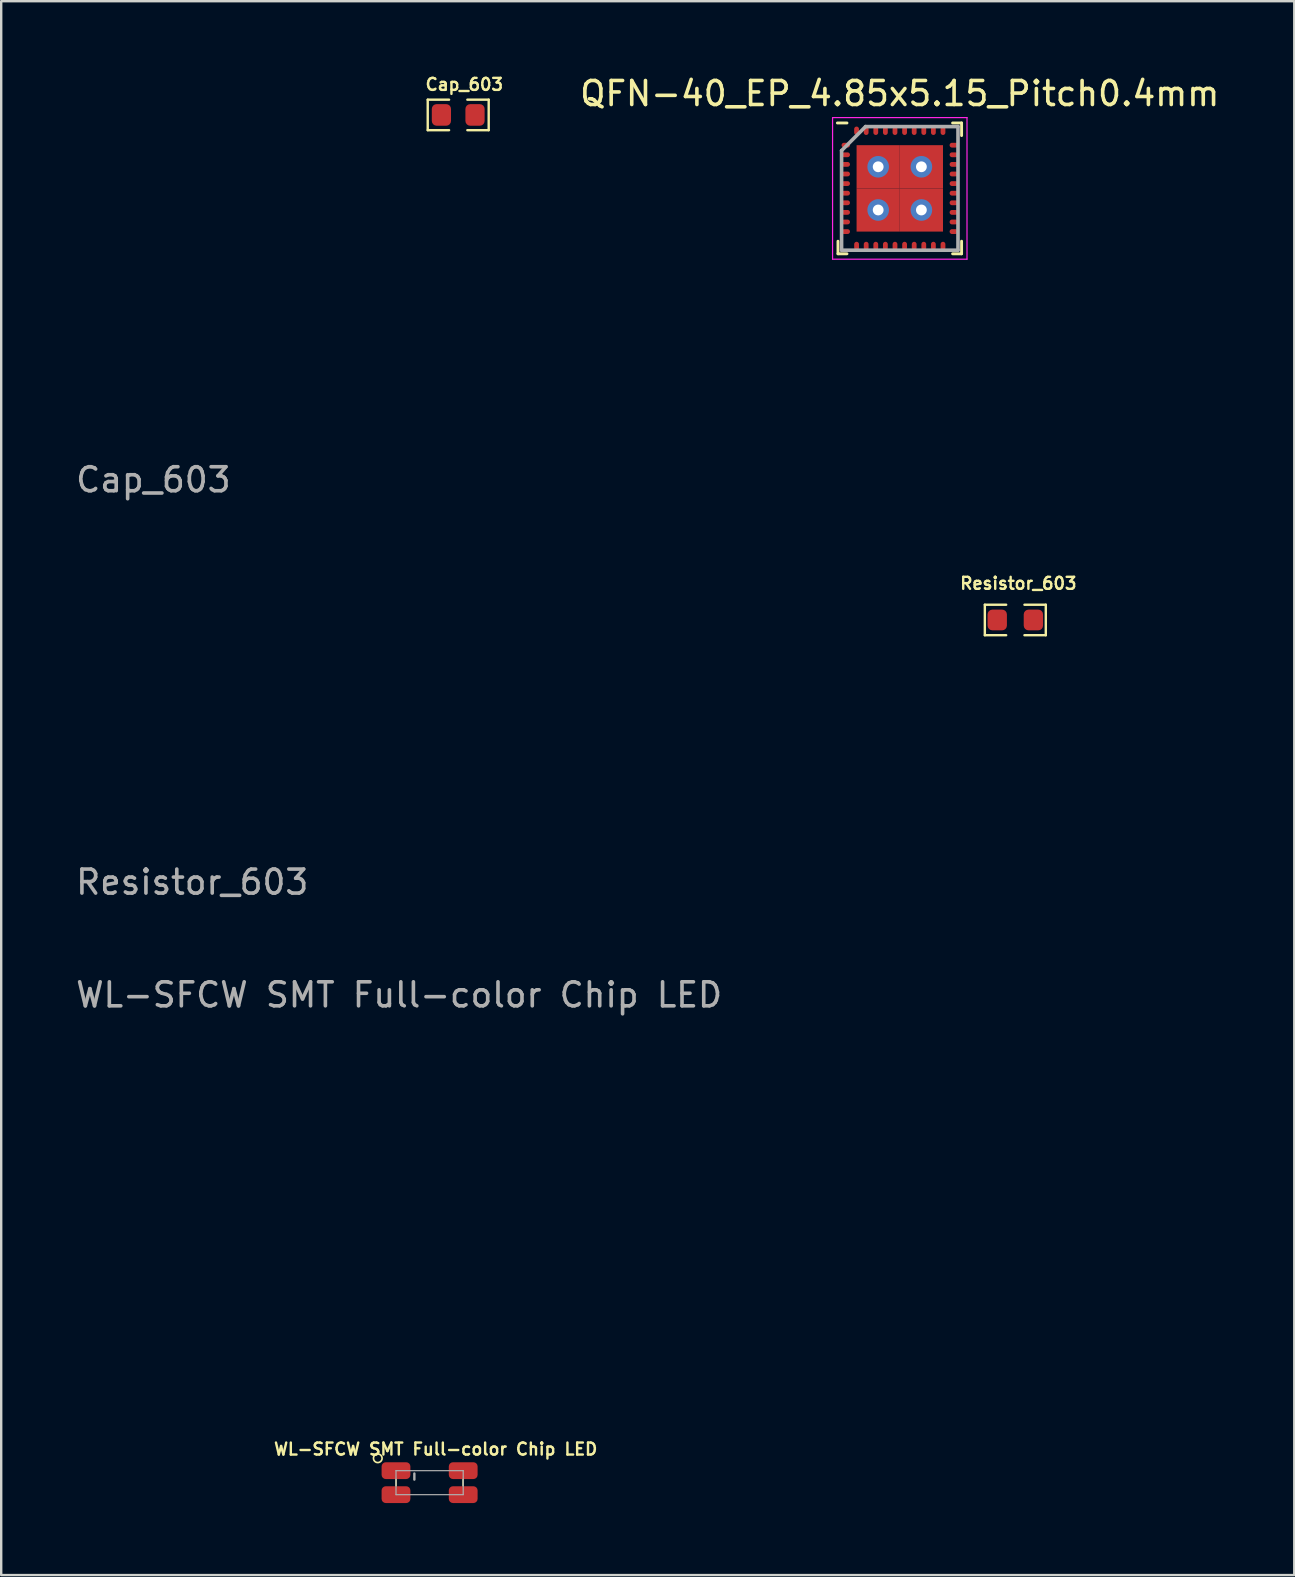
<source format=kicad_pcb>
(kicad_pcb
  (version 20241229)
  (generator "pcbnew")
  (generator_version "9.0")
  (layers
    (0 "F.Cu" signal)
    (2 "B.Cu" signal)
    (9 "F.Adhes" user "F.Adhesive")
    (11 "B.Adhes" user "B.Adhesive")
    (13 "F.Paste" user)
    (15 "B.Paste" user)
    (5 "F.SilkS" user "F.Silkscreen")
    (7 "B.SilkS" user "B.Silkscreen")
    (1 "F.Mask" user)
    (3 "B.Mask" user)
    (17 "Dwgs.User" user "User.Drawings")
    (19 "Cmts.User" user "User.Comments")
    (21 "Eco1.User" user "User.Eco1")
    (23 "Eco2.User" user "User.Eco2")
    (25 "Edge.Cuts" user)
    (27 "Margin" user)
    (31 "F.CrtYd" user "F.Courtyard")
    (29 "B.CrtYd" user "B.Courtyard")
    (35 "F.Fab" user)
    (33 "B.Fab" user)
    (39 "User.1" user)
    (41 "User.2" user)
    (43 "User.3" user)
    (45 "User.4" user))
  (footprint "WL-SFCW SMT Full-color Chip LED"
    (layer "F.Cu")
    (at 14.847 58.717)
    (property "Reference" "WL-SFCW SMT Full-color Chip LED" (at 0.254 -1.397 0) (unlocked yes) (layer "F.SilkS") (effects (font (size 0.5 0.5) (thickness 0.1))))
    (attr smd)
    (fp_line (start -1.397 0.127) (end -1.397 -0.127) (stroke (width 0.07) (type default)) (layer "F.SilkS"))
    (fp_line (start 1.397 0.127) (end 1.397 -0.127) (stroke (width 0.07) (type default)) (layer "F.SilkS"))
    (fp_circle (center -2.159 -1.016) (end -2.032 -0.889) (stroke (width 0.07) (type default)) (fill no) (layer "F.SilkS"))
    (fp_line (start -1.4 -0.5) (end -1.4 0.5) (stroke (width 0.05) (type default)) (layer "F.Fab"))
    (fp_line (start -0.635 -0.381) (end -0.635 -0.127) (stroke (width 0.1) (type default)) (layer "F.Fab"))
    (fp_line (start 1.4 -0.5) (end -1.4 -0.5) (stroke (width 0.05) (type default)) (layer "F.Fab"))
    (fp_line (start 1.4 0.5) (end -1.4 0.5) (stroke (width 0.05) (type default)) (layer "F.Fab"))
    (fp_line (start 1.4 0.5) (end 1.4 -0.5) (stroke (width 0.05) (type default)) (layer "F.Fab"))
    (fp_text user "${REFERENCE}" (at -1.27 -20.32 0) (unlocked yes) (layer "F.Fab") (effects (font (size 1 1) (thickness 0.15))))
    (pad "1" smd roundrect (at -1.4 -0.5) (size 1.2 0.7) (layers "F.Cu" "F.Mask" "F.Paste") (roundrect_rratio 0.25))
    (pad "2" smd roundrect (at 1.4 -0.5) (size 1.2 0.7) (layers "F.Cu" "F.Mask" "F.Paste") (roundrect_rratio 0.25))
    (pad "3" smd roundrect (at 1.4 0.5) (size 1.2 0.7) (layers "F.Cu" "F.Mask" "F.Paste") (roundrect_rratio 0.25))
    (pad "4" smd roundrect (at -1.4 0.5) (size 1.2 0.7) (layers "F.Cu" "F.Mask" "F.Paste") (roundrect_rratio 0.25)))
  (footprint "Cap_603"
    (layer "F.Cu")
    (at 16.039 1.738)
    (property "Reference" "Cap_603" (at 0.254 -1.27 0) (unlocked yes) (layer "F.SilkS") (effects (font (size 0.5 0.5) (thickness 0.1) (bold yes))))
    (attr smd)
    (fp_line (start -1.27 -0.635) (end -1.27 0.635) (stroke (width 0.1) (type default)) (layer "F.SilkS"))
    (fp_line (start -1.27 0.635) (end -0.381 0.635) (stroke (width 0.1) (type default)) (layer "F.SilkS"))
    (fp_line (start -0.381 -0.635) (end -1.27 -0.635) (stroke (width 0.1) (type default)) (layer "F.SilkS"))
    (fp_line (start 0.381 -0.635) (end 1.27 -0.635) (stroke (width 0.1) (type default)) (layer "F.SilkS"))
    (fp_line (start 0.381 0.635) (end 1.27 0.635) (stroke (width 0.1) (type default)) (layer "F.SilkS"))
    (fp_line (start 1.27 -0.635) (end 1.27 0.635) (stroke (width 0.1) (type default)) (layer "F.SilkS"))
    (fp_text user "${REFERENCE}" (at -12.7 15.2 0) (unlocked yes) (layer "F.Fab") (effects (font (size 1 1) (thickness 0.15))))
    (pad "1" smd roundrect (at -0.7 0) (size 0.8 0.9) (layers "F.Cu" "F.Mask" "F.Paste") (roundrect_rratio 0.25))
    (pad "2" smd roundrect (at 0.7 0) (size 0.8 0.9) (layers "F.Cu" "F.Mask" "F.Paste") (roundrect_rratio 0.25)))
  (footprint "Resistor_603"
    (layer "F.Cu")
    (at 39.248 22.778)
    (property "Reference" "Resistor_603" (at 0.127 -1.524 0) (unlocked yes) (layer "F.SilkS") (effects (font (size 0.5 0.5) (thickness 0.1) (bold yes))))
    (attr smd)
    (fp_line (start -1.27 -0.635) (end -1.27 0.635) (stroke (width 0.1) (type default)) (layer "F.SilkS"))
    (fp_line (start -1.27 0.635) (end -0.381 0.635) (stroke (width 0.1) (type default)) (layer "F.SilkS"))
    (fp_line (start -0.381 -0.635) (end -1.27 -0.635) (stroke (width 0.1) (type default)) (layer "F.SilkS"))
    (fp_line (start 0.381 -0.635) (end 1.27 -0.635) (stroke (width 0.1) (type default)) (layer "F.SilkS"))
    (fp_line (start 1.27 -0.635) (end 1.27 0.635) (stroke (width 0.1) (type default)) (layer "F.SilkS"))
    (fp_line (start 1.27 0.635) (end 0.381 0.635) (stroke (width 0.1) (type default)) (layer "F.SilkS"))
    (fp_text user "${REFERENCE}" (at -34.29 10.922 0) (unlocked yes) (layer "F.Fab") (effects (font (size 1 1) (thickness 0.15))))
    (pad "1" smd roundrect (at -0.753 0) (size 0.806 0.864) (layers "F.Cu" "F.Mask" "F.Paste") (roundrect_rratio 0.25))
    (pad "2" smd roundrect (at 0.753 0) (size 0.806 0.864) (layers "F.Cu" "F.Mask" "F.Paste") (roundrect_rratio 0.25)))
  (footprint "QFN-40_EP_4.85x5.15_Pitch0.4mm"
    (layer "F.Cu")
    (at 34.435 4.798)
    (property "Reference" "QFN-40_EP_4.85x5.15_Pitch0.4mm" (at 0 -3.95 0) (layer "F.SilkS") (effects (font (size 1 1) (thickness 0.15))))
    (attr through_hole)
    (fp_line (start -2.575 2.725) (end -2.575 2.2) (stroke (width 0.12) (type default)) (layer "F.SilkS"))
    (fp_line (start -2.2 -2.725) (end -2.6 -2.725) (stroke (width 0.12) (type default)) (layer "F.SilkS"))
    (fp_line (start -2.2 2.725) (end -2.575 2.725) (stroke (width 0.12) (type default)) (layer "F.SilkS"))
    (fp_line (start 2.2 -2.725) (end 2.575 -2.725) (stroke (width 0.12) (type default)) (layer "F.SilkS"))
    (fp_line (start 2.2 2.725) (end 2.575 2.725) (stroke (width 0.12) (type default)) (layer "F.SilkS"))
    (fp_line (start 2.575 -2.725) (end 2.575 -2.2) (stroke (width 0.12) (type default)) (layer "F.SilkS"))
    (fp_line (start 2.575 2.725) (end 2.575 2.2) (stroke (width 0.12) (type default)) (layer "F.SilkS"))
    (fp_line (start -2.8 -2.95) (end 2.8 -2.95) (stroke (width 0.05) (type default)) (layer "F.CrtYd"))
    (fp_line (start -2.8 2.95) (end -2.8 -2.95) (stroke (width 0.05) (type default)) (layer "F.CrtYd"))
    (fp_line (start 2.8 -2.95) (end 2.8 2.95) (stroke (width 0.05) (type default)) (layer "F.CrtYd"))
    (fp_line (start 2.8 2.95) (end -2.8 2.95) (stroke (width 0.05) (type default)) (layer "F.CrtYd"))
    (fp_line (start -2.425 -1.575) (end -2.425 2.575) (stroke (width 0.15) (type default)) (layer "F.Fab"))
    (fp_line (start -2.425 2.575) (end 2.425 2.575) (stroke (width 0.15) (type default)) (layer "F.Fab"))
    (fp_line (start -1.425 -2.575) (end -2.425 -1.575) (stroke (width 0.15) (type default)) (layer "F.Fab"))
    (fp_line (start 2.425 -2.575) (end -1.425 -2.575) (stroke (width 0.15) (type default)) (layer "F.Fab"))
    (fp_line (start 2.425 2.575) (end 2.425 -2.575) (stroke (width 0.15) (type default)) (layer "F.Fab"))
    (pad "1" smd oval (at -2.25 -1.8 90) (size 0.2 0.35) (layers "F.Cu" "F.Mask" "F.Paste"))
    (pad "2" smd oval (at -2.25 -1.4 90) (size 0.2 0.35) (layers "F.Cu" "F.Mask" "F.Paste"))
    (pad "3" smd oval (at -2.25 -1 90) (size 0.2 0.35) (layers "F.Cu" "F.Mask" "F.Paste"))
    (pad "4" smd oval (at -2.25 -0.6 90) (size 0.2 0.35) (layers "F.Cu" "F.Mask" "F.Paste"))
    (pad "5" smd oval (at -2.25 -0.2 90) (size 0.2 0.35) (layers "F.Cu" "F.Mask" "F.Paste"))
    (pad "6" smd oval (at -2.25 0.2 90) (size 0.2 0.35) (layers "F.Cu" "F.Mask" "F.Paste"))
    (pad "7" smd oval (at -2.25 0.6 90) (size 0.2 0.35) (layers "F.Cu" "F.Mask" "F.Paste"))
    (pad "8" smd oval (at -2.25 1 90) (size 0.2 0.35) (layers "F.Cu" "F.Mask" "F.Paste"))
    (pad "9" smd oval (at -2.25 1.4 90) (size 0.2 0.35) (layers "F.Cu" "F.Mask" "F.Paste"))
    (pad "10" smd oval (at -2.25 1.8 90) (size 0.2 0.35) (layers "F.Cu" "F.Mask" "F.Paste"))
    (pad "11" smd oval (at -1.8 2.4) (size 0.2 0.35) (layers "F.Cu" "F.Mask" "F.Paste"))
    (pad "12" smd oval (at -1.4 2.4) (size 0.2 0.35) (layers "F.Cu" "F.Mask" "F.Paste"))
    (pad "13" smd oval (at -1 2.4) (size 0.2 0.35) (layers "F.Cu" "F.Mask" "F.Paste"))
    (pad "14" smd oval (at -0.6 2.4) (size 0.2 0.35) (layers "F.Cu" "F.Mask" "F.Paste"))
    (pad "15" smd oval (at -0.2 2.4) (size 0.2 0.35) (layers "F.Cu" "F.Mask" "F.Paste"))
    (pad "16" smd oval (at 0.2 2.4) (size 0.2 0.35) (layers "F.Cu" "F.Mask" "F.Paste"))
    (pad "17" smd oval (at 0.6 2.4) (size 0.2 0.35) (layers "F.Cu" "F.Mask" "F.Paste"))
    (pad "18" smd oval (at 1 2.4) (size 0.2 0.35) (layers "F.Cu" "F.Mask" "F.Paste"))
    (pad "19" smd oval (at 1.4 2.4) (size 0.2 0.35) (layers "F.Cu" "F.Mask" "F.Paste"))
    (pad "20" smd oval (at 1.8 2.4) (size 0.2 0.35) (layers "F.Cu" "F.Mask" "F.Paste"))
    (pad "21" smd oval (at 2.25 1.8 90) (size 0.2 0.35) (layers "F.Cu" "F.Mask" "F.Paste"))
    (pad "22" smd oval (at 2.25 1.4 90) (size 0.2 0.35) (layers "F.Cu" "F.Mask" "F.Paste"))
    (pad "23" smd oval (at 2.25 1 90) (size 0.2 0.35) (layers "F.Cu" "F.Mask" "F.Paste"))
    (pad "24" smd oval (at 2.25 0.6 90) (size 0.2 0.35) (layers "F.Cu" "F.Mask" "F.Paste"))
    (pad "25" smd oval (at 2.25 0.2 90) (size 0.2 0.35) (layers "F.Cu" "F.Mask" "F.Paste"))
    (pad "26" smd oval (at 2.25 -0.2 90) (size 0.2 0.35) (layers "F.Cu" "F.Mask" "F.Paste"))
    (pad "27" smd oval (at 2.25 -0.6 90) (size 0.2 0.35) (layers "F.Cu" "F.Mask" "F.Paste"))
    (pad "28" smd oval (at 2.25 -1 90) (size 0.2 0.35) (layers "F.Cu" "F.Mask" "F.Paste"))
    (pad "29" smd oval (at 2.25 -1.4 90) (size 0.2 0.35) (layers "F.Cu" "F.Mask" "F.Paste"))
    (pad "30" smd oval (at 2.25 -1.8 90) (size 0.2 0.35) (layers "F.Cu" "F.Mask" "F.Paste"))
    (pad "31" smd oval (at 1.8 -2.4) (size 0.2 0.35) (layers "F.Cu" "F.Mask" "F.Paste"))
    (pad "32" smd oval (at 1.4 -2.4) (size 0.2 0.35) (layers "F.Cu" "F.Mask" "F.Paste"))
    (pad "33" smd oval (at 1 -2.4) (size 0.2 0.35) (layers "F.Cu" "F.Mask" "F.Paste"))
    (pad "34" smd oval (at 0.6 -2.4) (size 0.2 0.35) (layers "F.Cu" "F.Mask" "F.Paste"))
    (pad "35" smd oval (at 0.2 -2.4) (size 0.2 0.35) (layers "F.Cu" "F.Mask" "F.Paste"))
    (pad "36" smd oval (at -0.2 -2.4) (size 0.2 0.35) (layers "F.Cu" "F.Mask" "F.Paste"))
    (pad "37" smd oval (at -0.6 -2.4) (size 0.2 0.35) (layers "F.Cu" "F.Mask" "F.Paste"))
    (pad "38" smd oval (at -1 -2.4) (size 0.2 0.35) (layers "F.Cu" "F.Mask" "F.Paste"))
    (pad "39" smd oval (at -1.4 -2.4) (size 0.2 0.35) (layers "F.Cu" "F.Mask" "F.Paste"))
    (pad "40" smd oval (at -1.8 -2.4) (size 0.2 0.35) (layers "F.Cu" "F.Mask" "F.Paste"))
    (pad "41" thru_hole circle (at -0.9 -0.9) (size 0.9 0.9) (drill 0.45) (layers "*.Cu" "*.Mask"))
    (pad "41" smd rect (at -0.9 -0.9) (size 1.8 1.8) (layers "F.Cu" "F.Mask" "F.Paste"))
    (pad "41" thru_hole circle (at -0.9 0.9) (size 0.9 0.9) (drill 0.45) (layers "*.Cu" "*.Mask"))
    (pad "41" smd rect (at -0.9 0.9) (size 1.8 1.8) (layers "F.Cu" "F.Mask" "F.Paste"))
    (pad "41" thru_hole circle (at 0.9 -0.9) (size 0.9 0.9) (drill 0.45) (layers "*.Cu" "*.Mask"))
    (pad "41" smd rect (at 0.9 -0.9) (size 1.8 1.8) (layers "F.Cu" "F.Mask" "F.Paste"))
    (pad "41" thru_hole circle (at 0.9 0.9) (size 0.9 0.9) (drill 0.45) (layers "*.Cu" "*.Mask"))
    (pad "41" smd rect (at 0.9 0.9) (size 1.8 1.8) (layers "F.Cu" "F.Mask" "F.Paste")))
  (gr_rect
    (start -3 -3)
    (end 50.869 62.567)
    (stroke (width 0.1) (type default))
    (fill no)
    (layer "Edge.Cuts")))
</source>
